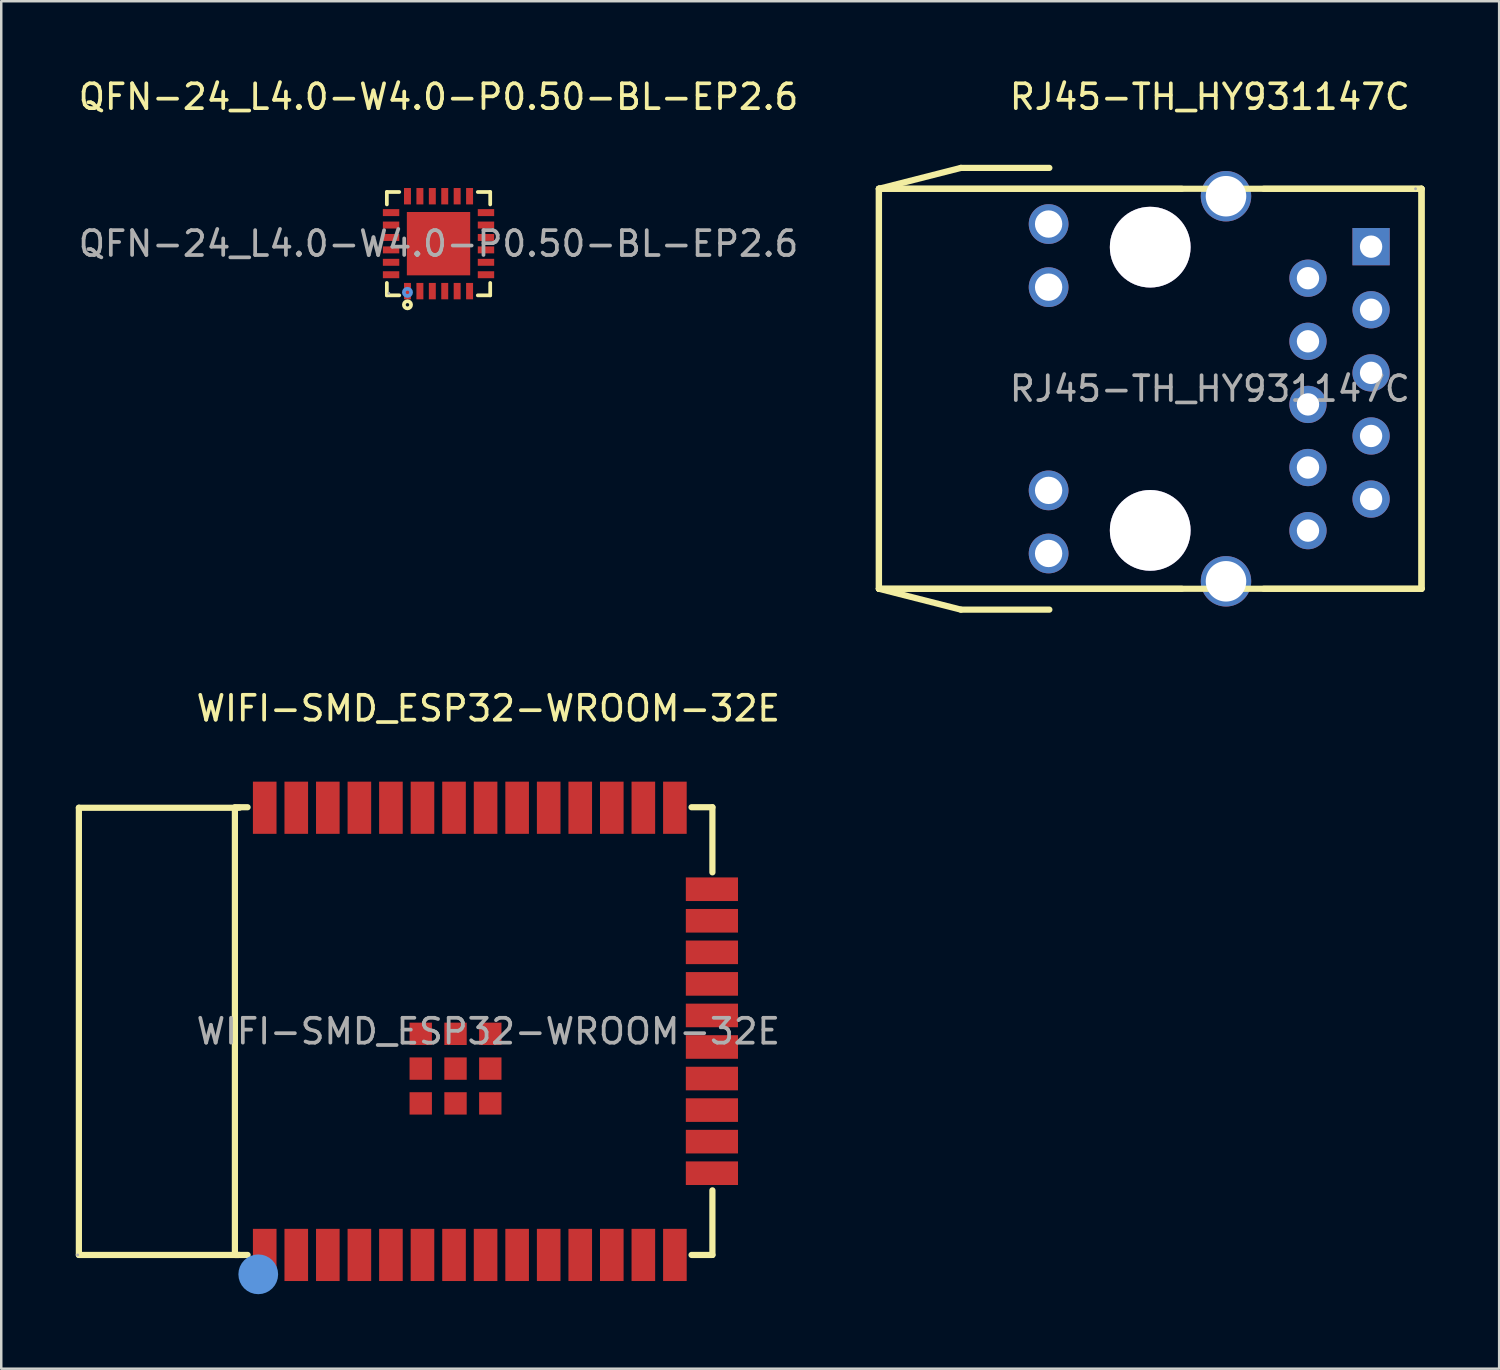
<source format=kicad_pcb>
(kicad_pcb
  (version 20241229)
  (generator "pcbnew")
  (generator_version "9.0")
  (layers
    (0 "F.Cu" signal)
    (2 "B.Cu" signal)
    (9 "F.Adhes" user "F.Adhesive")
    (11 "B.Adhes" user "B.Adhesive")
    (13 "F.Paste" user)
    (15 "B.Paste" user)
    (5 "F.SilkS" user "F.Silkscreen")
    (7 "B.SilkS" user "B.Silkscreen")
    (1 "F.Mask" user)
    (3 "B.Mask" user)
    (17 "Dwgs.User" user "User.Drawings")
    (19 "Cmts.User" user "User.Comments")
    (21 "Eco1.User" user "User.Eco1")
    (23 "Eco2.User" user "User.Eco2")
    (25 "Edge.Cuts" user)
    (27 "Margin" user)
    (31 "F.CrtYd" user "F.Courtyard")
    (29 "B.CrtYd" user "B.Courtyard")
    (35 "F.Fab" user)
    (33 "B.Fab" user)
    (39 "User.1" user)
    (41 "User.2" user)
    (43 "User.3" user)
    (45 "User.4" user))
  (footprint "WIFI-SMD_ESP32-WROOM-32E"
    (layer "F.Cu")
    (at 16.605 38.462)
    (property "Reference" "WIFI-SMD_ESP32-WROOM-32E" (at 0 -13 0) (layer "F.SilkS") (effects (font (size 1 1) (thickness 0.15))))
    (attr smd)
    (fp_line (start -16.48 -9) (end -16.48 9) (stroke (width 0.25) (type solid)) (layer "F.SilkS"))
    (fp_line (start -16.48 -9) (end -10.02 -9) (stroke (width 0.25) (type solid)) (layer "F.SilkS"))
    (fp_line (start -16.48 9) (end -10.03 9) (stroke (width 0.25) (type solid)) (layer "F.SilkS"))
    (fp_line (start -10.2 -9) (end -10.2 9) (stroke (width 0.25) (type solid)) (layer "F.SilkS"))
    (fp_line (start -10.2 9) (end -9.69 9) (stroke (width 0.25) (type solid)) (layer "F.SilkS"))
    (fp_line (start -9.69 -9.02) (end -10.2 -9.02) (stroke (width 0.25) (type solid)) (layer "F.SilkS"))
    (fp_line (start 8.18 9) (end 9.02 9) (stroke (width 0.25) (type solid)) (layer "F.SilkS"))
    (fp_line (start 9.02 -9.02) (end 8.18 -9.02) (stroke (width 0.25) (type solid)) (layer "F.SilkS"))
    (fp_line (start 9.02 -6.4) (end 9.02 -9.02) (stroke (width 0.25) (type solid)) (layer "F.SilkS"))
    (fp_line (start 9.02 9) (end 9.02 6.4) (stroke (width 0.25) (type solid)) (layer "F.SilkS"))
    (fp_circle (center -9.26 9.78) (end -8.86 9.78) (stroke (width 0.8) (type solid)) (fill no) (layer "Cmts.User"))
    (fp_circle (center -16.53 9) (end -16.5 9) (stroke (width 0.06) (type solid)) (fill no) (layer "F.Fab"))
    (fp_text user "${REFERENCE}" (at 0 0 0) (layer "F.Fab") (effects (font (size 1 1) (thickness 0.15))))
    (pad "1" smd rect (at -9 9) (size 0.95 2.1) (layers "F.Cu" "F.Mask" "F.Paste"))
    (pad "2" smd rect (at -7.73 9) (size 0.95 2.1) (layers "F.Cu" "F.Mask" "F.Paste"))
    (pad "3" smd rect (at -6.46 9) (size 0.95 2.1) (layers "F.Cu" "F.Mask" "F.Paste"))
    (pad "4" smd rect (at -5.19 9) (size 0.95 2.1) (layers "F.Cu" "F.Mask" "F.Paste"))
    (pad "5" smd rect (at -3.92 9) (size 0.95 2.1) (layers "F.Cu" "F.Mask" "F.Paste"))
    (pad "6" smd rect (at -2.65 9) (size 0.95 2.1) (layers "F.Cu" "F.Mask" "F.Paste"))
    (pad "7" smd rect (at -1.38 9) (size 0.95 2.1) (layers "F.Cu" "F.Mask" "F.Paste"))
    (pad "8" smd rect (at -0.11 9) (size 0.95 2.1) (layers "F.Cu" "F.Mask" "F.Paste"))
    (pad "9" smd rect (at 1.16 9) (size 0.95 2.1) (layers "F.Cu" "F.Mask" "F.Paste"))
    (pad "10" smd rect (at 2.43 9) (size 0.95 2.1) (layers "F.Cu" "F.Mask" "F.Paste"))
    (pad "11" smd rect (at 3.7 9) (size 0.95 2.1) (layers "F.Cu" "F.Mask" "F.Paste"))
    (pad "12" smd rect (at 4.97 9) (size 0.95 2.1) (layers "F.Cu" "F.Mask" "F.Paste"))
    (pad "13" smd rect (at 6.24 9) (size 0.95 2.1) (layers "F.Cu" "F.Mask" "F.Paste"))
    (pad "14" smd rect (at 7.51 9) (size 0.95 2.1) (layers "F.Cu" "F.Mask" "F.Paste"))
    (pad "15" smd rect (at 9 5.71) (size 2.1 0.95) (layers "F.Cu" "F.Mask" "F.Paste"))
    (pad "16" smd rect (at 9 4.44) (size 2.1 0.95) (layers "F.Cu" "F.Mask" "F.Paste"))
    (pad "17" smd rect (at 9 3.17) (size 2.1 0.95) (layers "F.Cu" "F.Mask" "F.Paste"))
    (pad "18" smd rect (at 9 1.9) (size 2.1 0.95) (layers "F.Cu" "F.Mask" "F.Paste"))
    (pad "19" smd rect (at 9 0.63) (size 2.1 0.95) (layers "F.Cu" "F.Mask" "F.Paste"))
    (pad "20" smd rect (at 9 -0.64) (size 2.1 0.95) (layers "F.Cu" "F.Mask" "F.Paste"))
    (pad "21" smd rect (at 9 -1.91) (size 2.1 0.95) (layers "F.Cu" "F.Mask" "F.Paste"))
    (pad "22" smd rect (at 9 -3.18) (size 2.1 0.95) (layers "F.Cu" "F.Mask" "F.Paste"))
    (pad "23" smd rect (at 9 -4.45) (size 2.1 0.95) (layers "F.Cu" "F.Mask" "F.Paste"))
    (pad "24" smd rect (at 9 -5.72) (size 2.1 0.95) (layers "F.Cu" "F.Mask" "F.Paste"))
    (pad "25" smd rect (at 7.51 -9) (size 0.95 2.1) (layers "F.Cu" "F.Mask" "F.Paste"))
    (pad "26" smd rect (at 6.24 -9) (size 0.95 2.1) (layers "F.Cu" "F.Mask" "F.Paste"))
    (pad "27" smd rect (at 4.97 -9) (size 0.95 2.1) (layers "F.Cu" "F.Mask" "F.Paste"))
    (pad "28" smd rect (at 3.7 -9) (size 0.95 2.1) (layers "F.Cu" "F.Mask" "F.Paste"))
    (pad "29" smd rect (at 2.43 -9) (size 0.95 2.1) (layers "F.Cu" "F.Mask" "F.Paste"))
    (pad "30" smd rect (at 1.16 -9) (size 0.95 2.1) (layers "F.Cu" "F.Mask" "F.Paste"))
    (pad "31" smd rect (at -0.11 -9) (size 0.95 2.1) (layers "F.Cu" "F.Mask" "F.Paste"))
    (pad "32" smd rect (at -1.38 -9) (size 0.95 2.1) (layers "F.Cu" "F.Mask" "F.Paste"))
    (pad "33" smd rect (at -2.65 -9) (size 0.95 2.1) (layers "F.Cu" "F.Mask" "F.Paste"))
    (pad "34" smd rect (at -3.92 -9) (size 0.95 2.1) (layers "F.Cu" "F.Mask" "F.Paste"))
    (pad "35" smd rect (at -5.19 -9) (size 0.95 2.1) (layers "F.Cu" "F.Mask" "F.Paste"))
    (pad "36" smd rect (at -6.46 -9) (size 0.95 2.1) (layers "F.Cu" "F.Mask" "F.Paste"))
    (pad "37" smd rect (at -7.73 -9) (size 0.95 2.1) (layers "F.Cu" "F.Mask" "F.Paste"))
    (pad "38" smd rect (at -9 -9) (size 0.95 2.1) (layers "F.Cu" "F.Mask" "F.Paste"))
    (pad "39" smd rect (at -2.72 0.1 180) (size 0.9 0.9) (layers "F.Cu" "F.Mask" "F.Paste"))
    (pad "39" smd rect (at -2.72 1.5 180) (size 0.9 0.9) (layers "F.Cu" "F.Mask" "F.Paste"))
    (pad "39" smd rect (at -2.72 2.9 180) (size 0.9 0.9) (layers "F.Cu" "F.Mask" "F.Paste"))
    (pad "39" smd rect (at -1.32 0.1 180) (size 0.9 0.9) (layers "F.Cu" "F.Mask" "F.Paste"))
    (pad "39" smd rect (at -1.32 1.5 180) (size 0.9 0.9) (layers "F.Cu" "F.Mask" "F.Paste"))
    (pad "39" smd rect (at -1.32 2.9 180) (size 0.9 0.9) (layers "F.Cu" "F.Mask" "F.Paste"))
    (pad "39" smd rect (at 0.08 0.1 180) (size 0.9 0.9) (layers "F.Cu" "F.Mask" "F.Paste"))
    (pad "39" smd rect (at 0.08 1.5 180) (size 0.9 0.9) (layers "F.Cu" "F.Mask" "F.Paste"))
    (pad "39" smd rect (at 0.08 2.9 180) (size 0.9 0.9) (layers "F.Cu" "F.Mask" "F.Paste")))
  (footprint "RJ45-TH_HY931147C"
    (layer "F.Cu")
    (at 45.647 12.598)
    (property "Reference" "RJ45-TH_HY931147C" (at 0 -11.75 0) (layer "F.SilkS") (effects (font (size 1 1) (thickness 0.15))))
    (attr through_hole)
    (fp_line (start -13.32 -8.05) (end -13.32 8.05) (stroke (width 0.25) (type solid)) (layer "F.SilkS"))
    (fp_line (start -13.32 -8.05) (end -10.02 -8.89) (stroke (width 0.25) (type solid)) (layer "F.SilkS"))
    (fp_line (start -13.32 -8.05) (end 8.52 -8.05) (stroke (width 0.25) (type solid)) (layer "F.SilkS"))
    (fp_line (start -13.32 8.05) (end -13.32 -8.05) (stroke (width 0.25) (type solid)) (layer "F.SilkS"))
    (fp_line (start -13.32 8.05) (end -1.13 8.05) (stroke (width 0.25) (type solid)) (layer "F.SilkS"))
    (fp_line (start -10.02 -8.89) (end -6.46 -8.89) (stroke (width 0.25) (type solid)) (layer "F.SilkS"))
    (fp_line (start -10.02 8.89) (end -13.32 8.05) (stroke (width 0.25) (type solid)) (layer "F.SilkS"))
    (fp_line (start -6.46 8.89) (end -10.02 8.89) (stroke (width 0.25) (type solid)) (layer "F.SilkS"))
    (fp_line (start -1.13 -8.05) (end -13.32 -8.05) (stroke (width 0.25) (type solid)) (layer "F.SilkS"))
    (fp_line (start 2.17 -8.05) (end 8.52 -8.05) (stroke (width 0.25) (type solid)) (layer "F.SilkS"))
    (fp_line (start 8.52 -8.05) (end 8.52 8.05) (stroke (width 0.25) (type solid)) (layer "F.SilkS"))
    (fp_line (start 8.52 -8.05) (end 8.52 8.05) (stroke (width 0.25) (type solid)) (layer "F.SilkS"))
    (fp_line (start 8.52 8.05) (end -13.32 8.05) (stroke (width 0.25) (type solid)) (layer "F.SilkS"))
    (fp_line (start 8.52 8.05) (end 2.17 8.05) (stroke (width 0.25) (type solid)) (layer "F.SilkS"))
    (fp_circle (center -2.4 -5.7) (end -1.65 -5.7) (stroke (width 1.5) (type solid)) (fill no) (layer "Cmts.User"))
    (fp_circle (center -2.4 5.7) (end -1.65 5.7) (stroke (width 1.5) (type solid)) (fill no) (layer "Cmts.User"))
    (fp_circle (center 8.28 -8.05) (end 8.31 -8.05) (stroke (width 0.06) (type solid)) (fill no) (layer "F.Fab"))
    (fp_text user "${REFERENCE}" (at 0 0 0) (layer "F.Fab") (effects (font (size 1 1) (thickness 0.15))))
    (pad "" thru_hole circle (at -2.4 -5.7) (size 3.25 3.25) (drill 3.25) (layers "*.Cu" "*.Mask"))
    (pad "" thru_hole circle (at -2.4 5.7) (size 3.25 3.25) (drill 3.25) (layers "*.Cu" "*.Mask"))
    (pad "1" thru_hole rect (at 6.49 -5.72) (size 1.5 1.5) (drill 0.9) (layers "*.Cu" "*.Mask"))
    (pad "2" thru_hole circle (at 3.95 -4.45) (size 1.5 1.5) (drill 0.9) (layers "*.Cu" "*.Mask"))
    (pad "3" thru_hole circle (at 6.49 -3.18) (size 1.5 1.5) (drill 0.9) (layers "*.Cu" "*.Mask"))
    (pad "4" thru_hole circle (at 3.95 -1.91) (size 1.5 1.5) (drill 0.9) (layers "*.Cu" "*.Mask"))
    (pad "5" thru_hole circle (at 6.49 -0.64) (size 1.5 1.5) (drill 0.9) (layers "*.Cu" "*.Mask"))
    (pad "6" thru_hole circle (at 3.95 0.63) (size 1.5 1.5) (drill 0.9) (layers "*.Cu" "*.Mask"))
    (pad "7" thru_hole circle (at 6.49 1.9) (size 1.5 1.5) (drill 0.9) (layers "*.Cu" "*.Mask"))
    (pad "8" thru_hole circle (at 3.95 3.17) (size 1.5 1.5) (drill 0.9) (layers "*.Cu" "*.Mask"))
    (pad "9" thru_hole circle (at 6.49 4.44) (size 1.5 1.5) (drill 0.9) (layers "*.Cu" "*.Mask"))
    (pad "10" thru_hole circle (at 3.95 5.71) (size 1.5 1.5) (drill 0.9) (layers "*.Cu" "*.Mask"))
    (pad "11" thru_hole circle (at -6.49 -6.63) (size 1.6 1.6) (drill 1.1) (layers "*.Cu" "*.Mask"))
    (pad "12" thru_hole circle (at -6.49 -4.09) (size 1.6 1.6) (drill 1.1) (layers "*.Cu" "*.Mask"))
    (pad "13" thru_hole circle (at -6.49 4.09) (size 1.6 1.6) (drill 1.1) (layers "*.Cu" "*.Mask"))
    (pad "14" thru_hole circle (at -6.49 6.63) (size 1.6 1.6) (drill 1.1) (layers "*.Cu" "*.Mask"))
    (pad "GND1" thru_hole circle (at 0.65 -7.75) (size 2.03 2.03) (drill 1.631) (layers "*.Cu" "*.Mask"))
    (pad "GND2" thru_hole circle (at 0.65 7.75) (size 2.03 2.03) (drill 1.631) (layers "*.Cu" "*.Mask")))
  (footprint "QFN-24_L4.0-W4.0-P0.50-BL-EP2.6"
    (layer "F.Cu")
    (at 14.601 6.758)
    (property "Reference" "QFN-24_L4.0-W4.0-P0.50-BL-EP2.6" (at 0 -5.91 0) (layer "F.SilkS") (effects (font (size 1 1) (thickness 0.15))))
    (attr smd)
    (fp_line (start -2.08 -2.08) (end -1.58 -2.08) (stroke (width 0.15) (type solid)) (layer "F.SilkS"))
    (fp_line (start -2.08 -1.58) (end -2.08 -2.08) (stroke (width 0.15) (type solid)) (layer "F.SilkS"))
    (fp_line (start -2.08 1.58) (end -2.08 2.08) (stroke (width 0.15) (type solid)) (layer "F.SilkS"))
    (fp_line (start -2.08 2.08) (end -1.58 2.08) (stroke (width 0.15) (type solid)) (layer "F.SilkS"))
    (fp_line (start 2.08 -2.08) (end 1.58 -2.08) (stroke (width 0.15) (type solid)) (layer "F.SilkS"))
    (fp_line (start 2.08 -1.58) (end 2.08 -2.08) (stroke (width 0.15) (type solid)) (layer "F.SilkS"))
    (fp_line (start 2.08 1.58) (end 2.08 2.08) (stroke (width 0.15) (type solid)) (layer "F.SilkS"))
    (fp_line (start 2.08 2.08) (end 1.58 2.08) (stroke (width 0.15) (type solid)) (layer "F.SilkS"))
    (fp_circle (center -1.25 2.46) (end -1.18 2.46) (stroke (width 0.15) (type solid)) (fill no) (layer "F.SilkS"))
    (fp_circle (center -1.25 1.96) (end -1.18 1.96) (stroke (width 0.15) (type solid)) (fill no) (layer "Cmts.User"))
    (fp_circle (center -2 2) (end -1.97 2) (stroke (width 0.06) (type solid)) (fill no) (layer "F.Fab"))
    (fp_text user "${REFERENCE}" (at 0 0 0) (layer "F.Fab") (effects (font (size 1 1) (thickness 0.15))))
    (pad "1" smd rect (at -1.25 1.91) (size 0.28 0.66) (layers "F.Cu" "F.Mask" "F.Paste"))
    (pad "2" smd rect (at -0.75 1.91) (size 0.28 0.66) (layers "F.Cu" "F.Mask" "F.Paste"))
    (pad "3" smd rect (at -0.25 1.91) (size 0.28 0.66) (layers "F.Cu" "F.Mask" "F.Paste"))
    (pad "4" smd rect (at 0.25 1.91) (size 0.28 0.66) (layers "F.Cu" "F.Mask" "F.Paste"))
    (pad "5" smd rect (at 0.75 1.91) (size 0.28 0.66) (layers "F.Cu" "F.Mask" "F.Paste"))
    (pad "6" smd rect (at 1.25 1.91) (size 0.28 0.66) (layers "F.Cu" "F.Mask" "F.Paste"))
    (pad "7" smd rect (at 1.91 1.25) (size 0.66 0.28) (layers "F.Cu" "F.Mask" "F.Paste"))
    (pad "8" smd rect (at 1.91 0.75) (size 0.66 0.28) (layers "F.Cu" "F.Mask" "F.Paste"))
    (pad "9" smd rect (at 1.91 0.25) (size 0.66 0.28) (layers "F.Cu" "F.Mask" "F.Paste"))
    (pad "10" smd rect (at 1.91 -0.25) (size 0.66 0.28) (layers "F.Cu" "F.Mask" "F.Paste"))
    (pad "11" smd rect (at 1.91 -0.75) (size 0.66 0.28) (layers "F.Cu" "F.Mask" "F.Paste"))
    (pad "12" smd rect (at 1.91 -1.25) (size 0.66 0.28) (layers "F.Cu" "F.Mask" "F.Paste"))
    (pad "13" smd rect (at 1.25 -1.91) (size 0.28 0.66) (layers "F.Cu" "F.Mask" "F.Paste"))
    (pad "14" smd rect (at 0.75 -1.91) (size 0.28 0.66) (layers "F.Cu" "F.Mask" "F.Paste"))
    (pad "15" smd rect (at 0.25 -1.91) (size 0.28 0.66) (layers "F.Cu" "F.Mask" "F.Paste"))
    (pad "16" smd rect (at -0.25 -1.91) (size 0.28 0.66) (layers "F.Cu" "F.Mask" "F.Paste"))
    (pad "17" smd rect (at -0.75 -1.91) (size 0.28 0.66) (layers "F.Cu" "F.Mask" "F.Paste"))
    (pad "18" smd rect (at -1.25 -1.91) (size 0.28 0.66) (layers "F.Cu" "F.Mask" "F.Paste"))
    (pad "19" smd rect (at -1.91 -1.25) (size 0.66 0.28) (layers "F.Cu" "F.Mask" "F.Paste"))
    (pad "20" smd rect (at -1.91 -0.75) (size 0.66 0.28) (layers "F.Cu" "F.Mask" "F.Paste"))
    (pad "21" smd rect (at -1.91 -0.25) (size 0.66 0.28) (layers "F.Cu" "F.Mask" "F.Paste"))
    (pad "22" smd rect (at -1.91 0.25) (size 0.66 0.28) (layers "F.Cu" "F.Mask" "F.Paste"))
    (pad "23" smd rect (at -1.91 0.75) (size 0.66 0.28) (layers "F.Cu" "F.Mask" "F.Paste"))
    (pad "24" smd rect (at -1.91 1.25) (size 0.66 0.28) (layers "F.Cu" "F.Mask" "F.Paste"))
    (pad "25" smd rect (at 0 0) (size 2.55 2.55) (layers "F.Cu" "F.Mask" "F.Paste")))
  (gr_rect
    (start -3 -3)
    (end 57.292 52.041)
    (stroke (width 0.1) (type default))
    (fill no)
    (layer "Edge.Cuts")))
</source>
